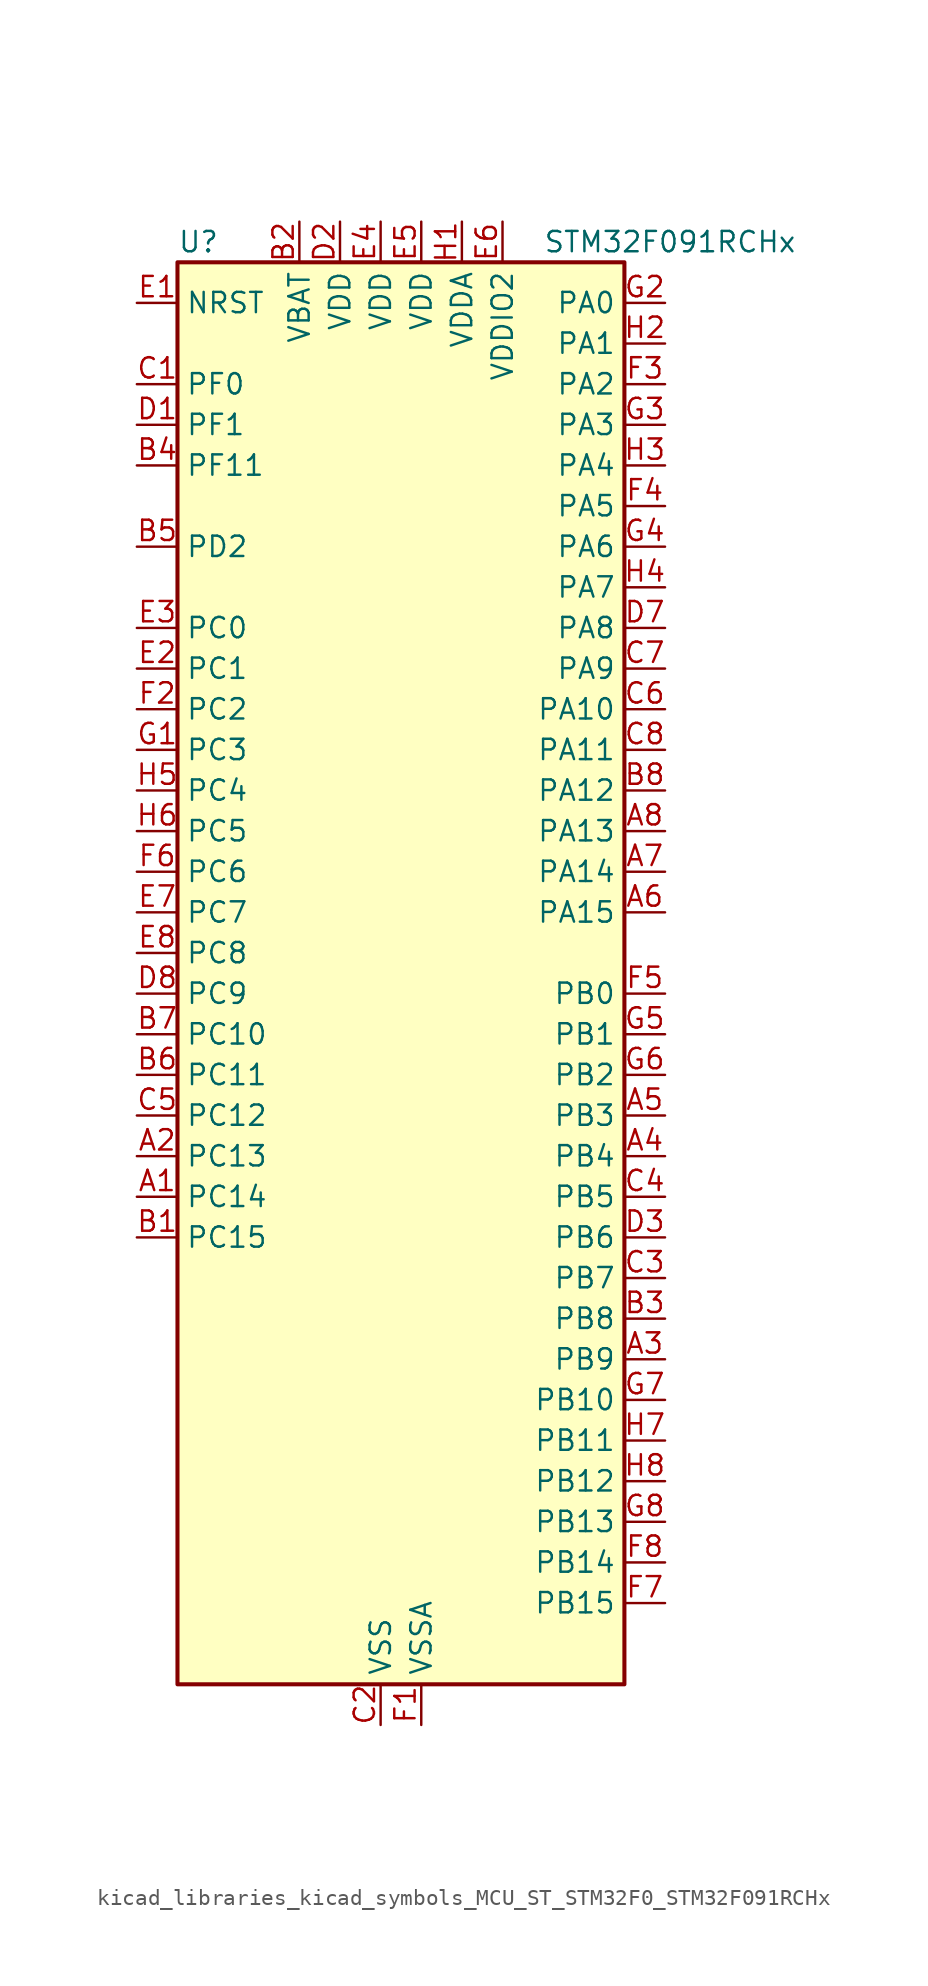
<source format=kicad_sym>
(kicad_symbol_lib
  (version 20220914)
  (generator kicad_symbol_editor)
  (symbol "kicad_libraries_kicad_symbols_MCU_ST_STM32F0_STM32F091RCHx"
    (property "Reference" "U"
      (at -12.7 46.99 0)
      (effects (font (size 1.27 1.27)) (justify left)))
    (property "Value" "STM32F091RCHx"
      (at 10.16 46.99 0)
      (effects (font (size 1.27 1.27)) (justify left)))
    (property "ki_locked" ""
      (at 0 0 0)
      (effects (font (size 1.27 1.27))))
    (symbol "kicad_libraries_kicad_symbols_MCU_ST_STM32F0_STM32F091RCHx_0_1"
      (rectangle (start -12.7 -43.18) (end 15.24 45.72) (stroke (width 0.254) (type default)) (fill (type background))))
    (symbol "kicad_libraries_kicad_symbols_MCU_ST_STM32F0_STM32F091RCHx_1_1"
      (pin bidirectional line (at -15.24 -12.7 0) (length 2.54) (name "PC14" (effects (font (size 1.27 1.27)))) (number "A1" (effects (font (size 1.27 1.27)))) (alternate "RCC_OSC32_IN" bidirectional line))
      (pin bidirectional line (at -15.24 -10.16 0) (length 2.54) (name "PC13" (effects (font (size 1.27 1.27)))) (number "A2" (effects (font (size 1.27 1.27)))) (alternate "RTC_OUT_ALARM" bidirectional line) (alternate "RTC_OUT_CALIB" bidirectional line) (alternate "RTC_TAMP1" bidirectional line) (alternate "RTC_TS" bidirectional line) (alternate "SYS_WKUP2" bidirectional line))
      (pin bidirectional line (at 17.78 -22.86 180) (length 2.54) (name "PB9" (effects (font (size 1.27 1.27)))) (number "A3" (effects (font (size 1.27 1.27)))) (alternate "CAN_TX" bidirectional line) (alternate "DAC_EXTI9" bidirectional line) (alternate "I2C1_SDA" bidirectional line) (alternate "I2S2_WS" bidirectional line) (alternate "IR_OUT" bidirectional line) (alternate "SPI2_NSS" bidirectional line) (alternate "TIM17_CH1" bidirectional line))
      (pin bidirectional line (at 17.78 -10.16 180) (length 2.54) (name "PB4" (effects (font (size 1.27 1.27)))) (number "A4" (effects (font (size 1.27 1.27)))) (alternate "I2S1_MCK" bidirectional line) (alternate "SPI1_MISO" bidirectional line) (alternate "TIM17_BKIN" bidirectional line) (alternate "TIM3_CH1" bidirectional line) (alternate "TSC_G5_IO2" bidirectional line) (alternate "USART5_RX" bidirectional line))
      (pin bidirectional line (at 17.78 -7.62 180) (length 2.54) (name "PB3" (effects (font (size 1.27 1.27)))) (number "A5" (effects (font (size 1.27 1.27)))) (alternate "I2S1_CK" bidirectional line) (alternate "SPI1_SCK" bidirectional line) (alternate "TIM2_CH2" bidirectional line) (alternate "TSC_G5_IO1" bidirectional line) (alternate "USART5_TX" bidirectional line))
      (pin bidirectional line (at 17.78 5.08 180) (length 2.54) (name "PA15" (effects (font (size 1.27 1.27)))) (number "A6" (effects (font (size 1.27 1.27)))) (alternate "I2S1_WS" bidirectional line) (alternate "SPI1_NSS" bidirectional line) (alternate "TIM2_CH1" bidirectional line) (alternate "TIM2_ETR" bidirectional line) (alternate "USART2_RX" bidirectional line) (alternate "USART4_DE" bidirectional line) (alternate "USART4_RTS" bidirectional line))
      (pin bidirectional line (at 17.78 7.62 180) (length 2.54) (name "PA14" (effects (font (size 1.27 1.27)))) (number "A7" (effects (font (size 1.27 1.27)))) (alternate "SYS_SWCLK" bidirectional line) (alternate "USART2_TX" bidirectional line))
      (pin bidirectional line (at 17.78 10.16 180) (length 2.54) (name "PA13" (effects (font (size 1.27 1.27)))) (number "A8" (effects (font (size 1.27 1.27)))) (alternate "IR_OUT" bidirectional line) (alternate "SYS_SWDIO" bidirectional line))
      (pin bidirectional line (at -15.24 -15.24 0) (length 2.54) (name "PC15" (effects (font (size 1.27 1.27)))) (number "B1" (effects (font (size 1.27 1.27)))) (alternate "RCC_OSC32_OUT" bidirectional line))
      (pin power_in line (at -5.08 48.26 270) (length 2.54) (name "VBAT" (effects (font (size 1.27 1.27)))) (number "B2" (effects (font (size 1.27 1.27)))))
      (pin bidirectional line (at 17.78 -20.32 180) (length 2.54) (name "PB8" (effects (font (size 1.27 1.27)))) (number "B3" (effects (font (size 1.27 1.27)))) (alternate "CAN_RX" bidirectional line) (alternate "CEC" bidirectional line) (alternate "I2C1_SCL" bidirectional line) (alternate "TIM16_CH1" bidirectional line) (alternate "TSC_SYNC" bidirectional line))
      (pin bidirectional line (at -15.24 33.02 0) (length 2.54) (name "PF11" (effects (font (size 1.27 1.27)))) (number "B4" (effects (font (size 1.27 1.27)))))
      (pin bidirectional line (at -15.24 27.94 0) (length 2.54) (name "PD2" (effects (font (size 1.27 1.27)))) (number "B5" (effects (font (size 1.27 1.27)))) (alternate "TIM3_ETR" bidirectional line) (alternate "USART3_DE" bidirectional line) (alternate "USART3_RTS" bidirectional line) (alternate "USART5_RX" bidirectional line))
      (pin bidirectional line (at -15.24 -5.08 0) (length 2.54) (name "PC11" (effects (font (size 1.27 1.27)))) (number "B6" (effects (font (size 1.27 1.27)))) (alternate "USART3_RX" bidirectional line) (alternate "USART4_RX" bidirectional line))
      (pin bidirectional line (at -15.24 -2.54 0) (length 2.54) (name "PC10" (effects (font (size 1.27 1.27)))) (number "B7" (effects (font (size 1.27 1.27)))) (alternate "USART3_TX" bidirectional line) (alternate "USART4_TX" bidirectional line))
      (pin bidirectional line (at 17.78 12.7 180) (length 2.54) (name "PA12" (effects (font (size 1.27 1.27)))) (number "B8" (effects (font (size 1.27 1.27)))) (alternate "CAN_TX" bidirectional line) (alternate "COMP2_OUT" bidirectional line) (alternate "I2C2_SDA" bidirectional line) (alternate "TIM1_ETR" bidirectional line) (alternate "TSC_G4_IO4" bidirectional line) (alternate "USART1_DE" bidirectional line) (alternate "USART1_RTS" bidirectional line))
      (pin bidirectional line (at -15.24 38.1 0) (length 2.54) (name "PF0" (effects (font (size 1.27 1.27)))) (number "C1" (effects (font (size 1.27 1.27)))) (alternate "CRS_SYNC" bidirectional line) (alternate "I2C1_SDA" bidirectional line) (alternate "RCC_OSC_IN" bidirectional line))
      (pin power_in line (at 0 -45.72 90) (length 2.54) (name "VSS" (effects (font (size 1.27 1.27)))) (number "C2" (effects (font (size 1.27 1.27)))))
      (pin bidirectional line (at 17.78 -17.78 180) (length 2.54) (name "PB7" (effects (font (size 1.27 1.27)))) (number "C3" (effects (font (size 1.27 1.27)))) (alternate "I2C1_SDA" bidirectional line) (alternate "TIM17_CH1N" bidirectional line) (alternate "TSC_G5_IO4" bidirectional line) (alternate "USART1_RX" bidirectional line) (alternate "USART4_CTS" bidirectional line))
      (pin bidirectional line (at 17.78 -12.7 180) (length 2.54) (name "PB5" (effects (font (size 1.27 1.27)))) (number "C4" (effects (font (size 1.27 1.27)))) (alternate "I2C1_SMBA" bidirectional line) (alternate "I2S1_SD" bidirectional line) (alternate "SPI1_MOSI" bidirectional line) (alternate "SYS_WKUP6" bidirectional line) (alternate "TIM16_BKIN" bidirectional line) (alternate "TIM3_CH2" bidirectional line) (alternate "USART5_CK" bidirectional line) (alternate "USART5_DE" bidirectional line) (alternate "USART5_RTS" bidirectional line))
      (pin bidirectional line (at -15.24 -7.62 0) (length 2.54) (name "PC12" (effects (font (size 1.27 1.27)))) (number "C5" (effects (font (size 1.27 1.27)))) (alternate "USART3_CK" bidirectional line) (alternate "USART4_CK" bidirectional line) (alternate "USART5_TX" bidirectional line))
      (pin bidirectional line (at 17.78 17.78 180) (length 2.54) (name "PA10" (effects (font (size 1.27 1.27)))) (number "C6" (effects (font (size 1.27 1.27)))) (alternate "I2C1_SDA" bidirectional line) (alternate "TIM17_BKIN" bidirectional line) (alternate "TIM1_CH3" bidirectional line) (alternate "TSC_G4_IO2" bidirectional line) (alternate "USART1_RX" bidirectional line))
      (pin bidirectional line (at 17.78 20.32 180) (length 2.54) (name "PA9" (effects (font (size 1.27 1.27)))) (number "C7" (effects (font (size 1.27 1.27)))) (alternate "DAC_EXTI9" bidirectional line) (alternate "I2C1_SCL" bidirectional line) (alternate "RCC_MCO" bidirectional line) (alternate "TIM15_BKIN" bidirectional line) (alternate "TIM1_CH2" bidirectional line) (alternate "TSC_G4_IO1" bidirectional line) (alternate "USART1_TX" bidirectional line))
      (pin bidirectional line (at 17.78 15.24 180) (length 2.54) (name "PA11" (effects (font (size 1.27 1.27)))) (number "C8" (effects (font (size 1.27 1.27)))) (alternate "CAN_RX" bidirectional line) (alternate "COMP1_OUT" bidirectional line) (alternate "I2C2_SCL" bidirectional line) (alternate "TIM1_CH4" bidirectional line) (alternate "TSC_G4_IO3" bidirectional line) (alternate "USART1_CTS" bidirectional line))
      (pin bidirectional line (at -15.24 35.56 0) (length 2.54) (name "PF1" (effects (font (size 1.27 1.27)))) (number "D1" (effects (font (size 1.27 1.27)))) (alternate "I2C1_SCL" bidirectional line) (alternate "RCC_OSC_OUT" bidirectional line))
      (pin power_in line (at -2.54 48.26 270) (length 2.54) (name "VDD" (effects (font (size 1.27 1.27)))) (number "D2" (effects (font (size 1.27 1.27)))))
      (pin bidirectional line (at 17.78 -15.24 180) (length 2.54) (name "PB6" (effects (font (size 1.27 1.27)))) (number "D3" (effects (font (size 1.27 1.27)))) (alternate "I2C1_SCL" bidirectional line) (alternate "TIM16_CH1N" bidirectional line) (alternate "TSC_G5_IO3" bidirectional line) (alternate "USART1_TX" bidirectional line))
      (pin passive line (at 0 -45.72 90) (length 2.54) hide (name "VSS" (effects (font (size 1.27 1.27)))) (number "D4" (effects (font (size 1.27 1.27)))))
      (pin passive line (at 0 -45.72 90) (length 2.54) hide (name "VSS" (effects (font (size 1.27 1.27)))) (number "D5" (effects (font (size 1.27 1.27)))))
      (pin passive line (at 0 -45.72 90) (length 2.54) hide (name "VSS" (effects (font (size 1.27 1.27)))) (number "D6" (effects (font (size 1.27 1.27)))))
      (pin bidirectional line (at 17.78 22.86 180) (length 2.54) (name "PA8" (effects (font (size 1.27 1.27)))) (number "D7" (effects (font (size 1.27 1.27)))) (alternate "CRS_SYNC" bidirectional line) (alternate "RCC_MCO" bidirectional line) (alternate "TIM1_CH1" bidirectional line) (alternate "USART1_CK" bidirectional line))
      (pin bidirectional line (at -15.24 0 0) (length 2.54) (name "PC9" (effects (font (size 1.27 1.27)))) (number "D8" (effects (font (size 1.27 1.27)))) (alternate "DAC_EXTI9" bidirectional line) (alternate "TIM3_CH4" bidirectional line) (alternate "USART8_RX" bidirectional line))
      (pin input line (at -15.24 43.18 0) (length 2.54) (name "NRST" (effects (font (size 1.27 1.27)))) (number "E1" (effects (font (size 1.27 1.27)))))
      (pin bidirectional line (at -15.24 20.32 0) (length 2.54) (name "PC1" (effects (font (size 1.27 1.27)))) (number "E2" (effects (font (size 1.27 1.27)))) (alternate "ADC_IN11" bidirectional line) (alternate "USART6_RX" bidirectional line) (alternate "USART7_RX" bidirectional line))
      (pin bidirectional line (at -15.24 22.86 0) (length 2.54) (name "PC0" (effects (font (size 1.27 1.27)))) (number "E3" (effects (font (size 1.27 1.27)))) (alternate "ADC_IN10" bidirectional line) (alternate "USART6_TX" bidirectional line) (alternate "USART7_TX" bidirectional line))
      (pin power_in line (at 0 48.26 270) (length 2.54) (name "VDD" (effects (font (size 1.27 1.27)))) (number "E4" (effects (font (size 1.27 1.27)))))
      (pin power_in line (at 2.54 48.26 270) (length 2.54) (name "VDD" (effects (font (size 1.27 1.27)))) (number "E5" (effects (font (size 1.27 1.27)))))
      (pin power_in line (at 7.62 48.26 270) (length 2.54) (name "VDDIO2" (effects (font (size 1.27 1.27)))) (number "E6" (effects (font (size 1.27 1.27)))))
      (pin bidirectional line (at -15.24 5.08 0) (length 2.54) (name "PC7" (effects (font (size 1.27 1.27)))) (number "E7" (effects (font (size 1.27 1.27)))) (alternate "TIM3_CH2" bidirectional line) (alternate "USART7_RX" bidirectional line))
      (pin bidirectional line (at -15.24 2.54 0) (length 2.54) (name "PC8" (effects (font (size 1.27 1.27)))) (number "E8" (effects (font (size 1.27 1.27)))) (alternate "TIM3_CH3" bidirectional line) (alternate "USART8_TX" bidirectional line))
      (pin power_in line (at 2.54 -45.72 90) (length 2.54) (name "VSSA" (effects (font (size 1.27 1.27)))) (number "F1" (effects (font (size 1.27 1.27)))))
      (pin bidirectional line (at -15.24 17.78 0) (length 2.54) (name "PC2" (effects (font (size 1.27 1.27)))) (number "F2" (effects (font (size 1.27 1.27)))) (alternate "ADC_IN12" bidirectional line) (alternate "I2S2_MCK" bidirectional line) (alternate "SPI2_MISO" bidirectional line) (alternate "USART8_TX" bidirectional line))
      (pin bidirectional line (at 17.78 38.1 180) (length 2.54) (name "PA2" (effects (font (size 1.27 1.27)))) (number "F3" (effects (font (size 1.27 1.27)))) (alternate "ADC_IN2" bidirectional line) (alternate "COMP2_INM" bidirectional line) (alternate "COMP2_OUT" bidirectional line) (alternate "SYS_WKUP4" bidirectional line) (alternate "TIM15_CH1" bidirectional line) (alternate "TIM2_CH3" bidirectional line) (alternate "TSC_G1_IO3" bidirectional line) (alternate "USART2_TX" bidirectional line))
      (pin bidirectional line (at 17.78 30.48 180) (length 2.54) (name "PA5" (effects (font (size 1.27 1.27)))) (number "F4" (effects (font (size 1.27 1.27)))) (alternate "ADC_IN5" bidirectional line) (alternate "CEC" bidirectional line) (alternate "COMP1_INM" bidirectional line) (alternate "COMP2_INM" bidirectional line) (alternate "DAC_OUT2" bidirectional line) (alternate "I2S1_CK" bidirectional line) (alternate "SPI1_SCK" bidirectional line) (alternate "TIM2_CH1" bidirectional line) (alternate "TIM2_ETR" bidirectional line) (alternate "TSC_G2_IO2" bidirectional line) (alternate "USART6_RX" bidirectional line))
      (pin bidirectional line (at 17.78 0 180) (length 2.54) (name "PB0" (effects (font (size 1.27 1.27)))) (number "F5" (effects (font (size 1.27 1.27)))) (alternate "ADC_IN8" bidirectional line) (alternate "TIM1_CH2N" bidirectional line) (alternate "TIM3_CH3" bidirectional line) (alternate "TSC_G3_IO2" bidirectional line) (alternate "USART3_CK" bidirectional line))
      (pin bidirectional line (at -15.24 7.62 0) (length 2.54) (name "PC6" (effects (font (size 1.27 1.27)))) (number "F6" (effects (font (size 1.27 1.27)))) (alternate "TIM3_CH1" bidirectional line) (alternate "USART7_TX" bidirectional line))
      (pin bidirectional line (at 17.78 -38.1 180) (length 2.54) (name "PB15" (effects (font (size 1.27 1.27)))) (number "F7" (effects (font (size 1.27 1.27)))) (alternate "I2S2_SD" bidirectional line) (alternate "RTC_REFIN" bidirectional line) (alternate "SPI2_MOSI" bidirectional line) (alternate "SYS_WKUP7" bidirectional line) (alternate "TIM15_CH1N" bidirectional line) (alternate "TIM15_CH2" bidirectional line) (alternate "TIM1_CH3N" bidirectional line))
      (pin bidirectional line (at 17.78 -35.56 180) (length 2.54) (name "PB14" (effects (font (size 1.27 1.27)))) (number "F8" (effects (font (size 1.27 1.27)))) (alternate "I2C2_SDA" bidirectional line) (alternate "I2S2_MCK" bidirectional line) (alternate "SPI2_MISO" bidirectional line) (alternate "TIM15_CH1" bidirectional line) (alternate "TIM1_CH2N" bidirectional line) (alternate "TSC_G6_IO4" bidirectional line) (alternate "USART3_DE" bidirectional line) (alternate "USART3_RTS" bidirectional line))
      (pin bidirectional line (at -15.24 15.24 0) (length 2.54) (name "PC3" (effects (font (size 1.27 1.27)))) (number "G1" (effects (font (size 1.27 1.27)))) (alternate "ADC_IN13" bidirectional line) (alternate "I2S2_SD" bidirectional line) (alternate "SPI2_MOSI" bidirectional line) (alternate "USART8_RX" bidirectional line))
      (pin bidirectional line (at 17.78 43.18 180) (length 2.54) (name "PA0" (effects (font (size 1.27 1.27)))) (number "G2" (effects (font (size 1.27 1.27)))) (alternate "ADC_IN0" bidirectional line) (alternate "COMP1_INM" bidirectional line) (alternate "COMP1_OUT" bidirectional line) (alternate "RTC_TAMP2" bidirectional line) (alternate "SYS_WKUP1" bidirectional line) (alternate "TIM2_CH1" bidirectional line) (alternate "TIM2_ETR" bidirectional line) (alternate "TSC_G1_IO1" bidirectional line) (alternate "USART2_CTS" bidirectional line) (alternate "USART4_TX" bidirectional line))
      (pin bidirectional line (at 17.78 35.56 180) (length 2.54) (name "PA3" (effects (font (size 1.27 1.27)))) (number "G3" (effects (font (size 1.27 1.27)))) (alternate "ADC_IN3" bidirectional line) (alternate "COMP2_INP" bidirectional line) (alternate "TIM15_CH2" bidirectional line) (alternate "TIM2_CH4" bidirectional line) (alternate "TSC_G1_IO4" bidirectional line) (alternate "USART2_RX" bidirectional line))
      (pin bidirectional line (at 17.78 27.94 180) (length 2.54) (name "PA6" (effects (font (size 1.27 1.27)))) (number "G4" (effects (font (size 1.27 1.27)))) (alternate "ADC_IN6" bidirectional line) (alternate "COMP1_OUT" bidirectional line) (alternate "I2S1_MCK" bidirectional line) (alternate "SPI1_MISO" bidirectional line) (alternate "TIM16_CH1" bidirectional line) (alternate "TIM1_BKIN" bidirectional line) (alternate "TIM3_CH1" bidirectional line) (alternate "TSC_G2_IO3" bidirectional line) (alternate "USART3_CTS" bidirectional line))
      (pin bidirectional line (at 17.78 -2.54 180) (length 2.54) (name "PB1" (effects (font (size 1.27 1.27)))) (number "G5" (effects (font (size 1.27 1.27)))) (alternate "ADC_IN9" bidirectional line) (alternate "TIM14_CH1" bidirectional line) (alternate "TIM1_CH3N" bidirectional line) (alternate "TIM3_CH4" bidirectional line) (alternate "TSC_G3_IO3" bidirectional line) (alternate "USART3_DE" bidirectional line) (alternate "USART3_RTS" bidirectional line))
      (pin bidirectional line (at 17.78 -5.08 180) (length 2.54) (name "PB2" (effects (font (size 1.27 1.27)))) (number "G6" (effects (font (size 1.27 1.27)))) (alternate "TSC_G3_IO4" bidirectional line))
      (pin bidirectional line (at 17.78 -25.4 180) (length 2.54) (name "PB10" (effects (font (size 1.27 1.27)))) (number "G7" (effects (font (size 1.27 1.27)))) (alternate "CEC" bidirectional line) (alternate "I2C2_SCL" bidirectional line) (alternate "I2S2_CK" bidirectional line) (alternate "SPI2_SCK" bidirectional line) (alternate "TIM2_CH3" bidirectional line) (alternate "TSC_SYNC" bidirectional line) (alternate "USART3_TX" bidirectional line))
      (pin bidirectional line (at 17.78 -33.02 180) (length 2.54) (name "PB13" (effects (font (size 1.27 1.27)))) (number "G8" (effects (font (size 1.27 1.27)))) (alternate "I2C2_SCL" bidirectional line) (alternate "I2S2_CK" bidirectional line) (alternate "SPI2_SCK" bidirectional line) (alternate "TIM1_CH1N" bidirectional line) (alternate "TSC_G6_IO3" bidirectional line) (alternate "USART3_CTS" bidirectional line))
      (pin power_in line (at 5.08 48.26 270) (length 2.54) (name "VDDA" (effects (font (size 1.27 1.27)))) (number "H1" (effects (font (size 1.27 1.27)))))
      (pin bidirectional line (at 17.78 40.64 180) (length 2.54) (name "PA1" (effects (font (size 1.27 1.27)))) (number "H2" (effects (font (size 1.27 1.27)))) (alternate "ADC_IN1" bidirectional line) (alternate "COMP1_INP" bidirectional line) (alternate "TIM15_CH1N" bidirectional line) (alternate "TIM2_CH2" bidirectional line) (alternate "TSC_G1_IO2" bidirectional line) (alternate "USART2_DE" bidirectional line) (alternate "USART2_RTS" bidirectional line) (alternate "USART4_RX" bidirectional line))
      (pin bidirectional line (at 17.78 33.02 180) (length 2.54) (name "PA4" (effects (font (size 1.27 1.27)))) (number "H3" (effects (font (size 1.27 1.27)))) (alternate "ADC_IN4" bidirectional line) (alternate "COMP1_INM" bidirectional line) (alternate "COMP2_INM" bidirectional line) (alternate "DAC_OUT1" bidirectional line) (alternate "I2S1_WS" bidirectional line) (alternate "SPI1_NSS" bidirectional line) (alternate "TIM14_CH1" bidirectional line) (alternate "TSC_G2_IO1" bidirectional line) (alternate "USART2_CK" bidirectional line) (alternate "USART6_TX" bidirectional line))
      (pin bidirectional line (at 17.78 25.4 180) (length 2.54) (name "PA7" (effects (font (size 1.27 1.27)))) (number "H4" (effects (font (size 1.27 1.27)))) (alternate "ADC_IN7" bidirectional line) (alternate "COMP2_OUT" bidirectional line) (alternate "I2S1_SD" bidirectional line) (alternate "SPI1_MOSI" bidirectional line) (alternate "TIM14_CH1" bidirectional line) (alternate "TIM17_CH1" bidirectional line) (alternate "TIM1_CH1N" bidirectional line) (alternate "TIM3_CH2" bidirectional line) (alternate "TSC_G2_IO4" bidirectional line))
      (pin bidirectional line (at -15.24 12.7 0) (length 2.54) (name "PC4" (effects (font (size 1.27 1.27)))) (number "H5" (effects (font (size 1.27 1.27)))) (alternate "ADC_IN14" bidirectional line) (alternate "USART3_TX" bidirectional line))
      (pin bidirectional line (at -15.24 10.16 0) (length 2.54) (name "PC5" (effects (font (size 1.27 1.27)))) (number "H6" (effects (font (size 1.27 1.27)))) (alternate "ADC_IN15" bidirectional line) (alternate "SYS_WKUP5" bidirectional line) (alternate "TSC_G3_IO1" bidirectional line) (alternate "USART3_RX" bidirectional line))
      (pin bidirectional line (at 17.78 -27.94 180) (length 2.54) (name "PB11" (effects (font (size 1.27 1.27)))) (number "H7" (effects (font (size 1.27 1.27)))) (alternate "I2C2_SDA" bidirectional line) (alternate "TIM2_CH4" bidirectional line) (alternate "TSC_G6_IO1" bidirectional line) (alternate "USART3_RX" bidirectional line))
      (pin bidirectional line (at 17.78 -30.48 180) (length 2.54) (name "PB12" (effects (font (size 1.27 1.27)))) (number "H8" (effects (font (size 1.27 1.27)))) (alternate "I2S2_WS" bidirectional line) (alternate "SPI2_NSS" bidirectional line) (alternate "TIM15_BKIN" bidirectional line) (alternate "TIM1_BKIN" bidirectional line) (alternate "TSC_G6_IO2" bidirectional line) (alternate "USART3_CK" bidirectional line)))))
</source>
